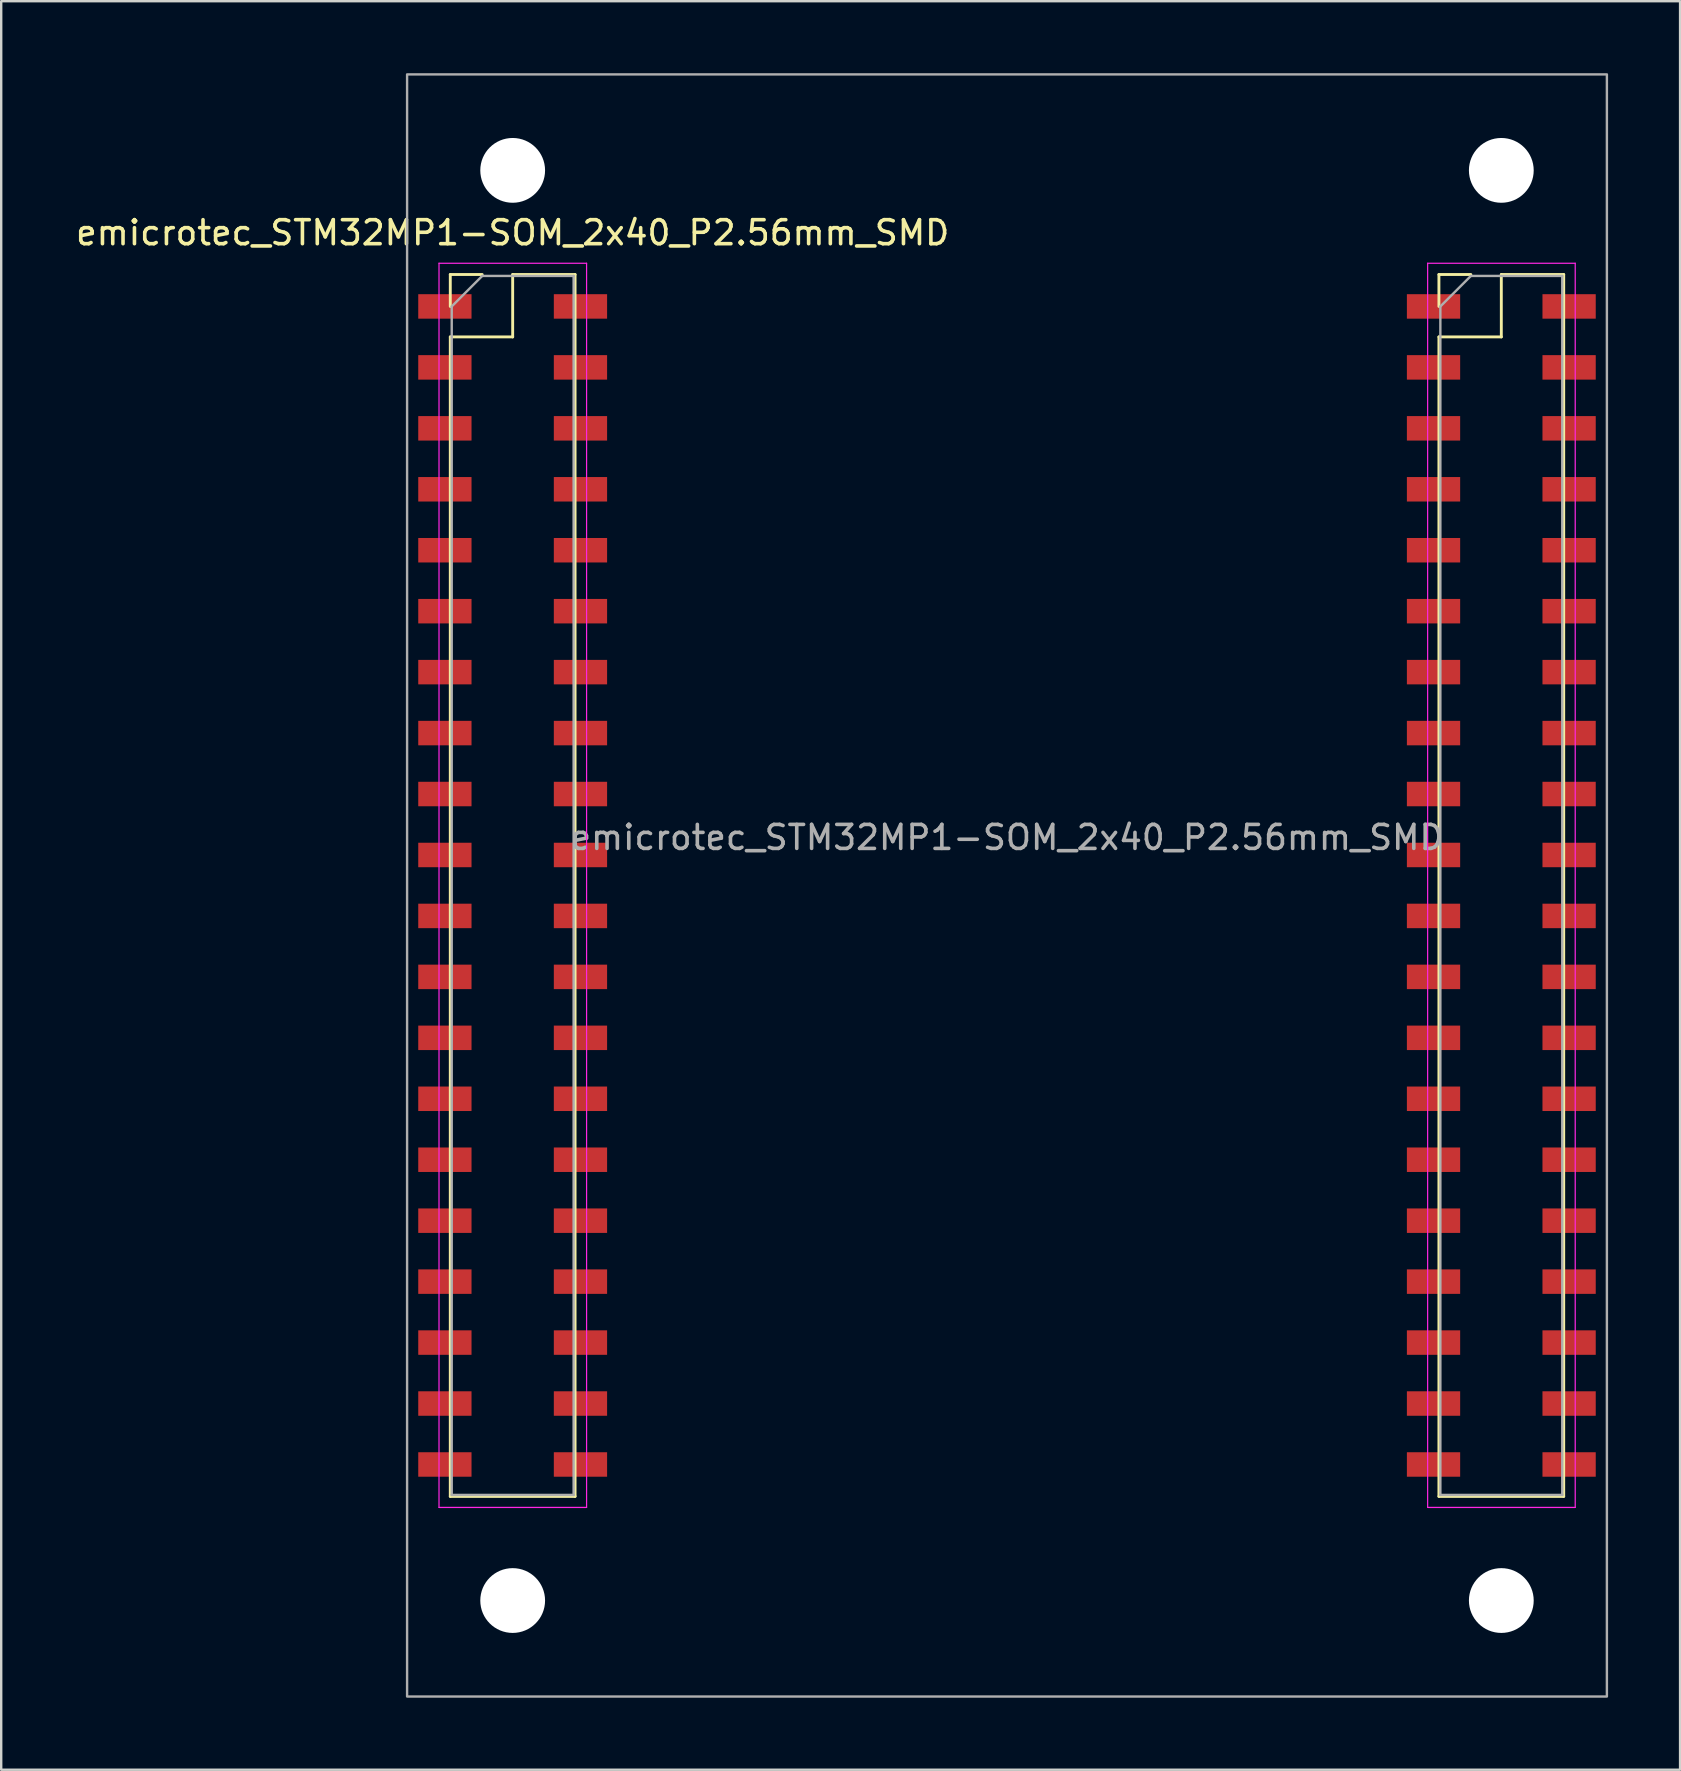
<source format=kicad_pcb>
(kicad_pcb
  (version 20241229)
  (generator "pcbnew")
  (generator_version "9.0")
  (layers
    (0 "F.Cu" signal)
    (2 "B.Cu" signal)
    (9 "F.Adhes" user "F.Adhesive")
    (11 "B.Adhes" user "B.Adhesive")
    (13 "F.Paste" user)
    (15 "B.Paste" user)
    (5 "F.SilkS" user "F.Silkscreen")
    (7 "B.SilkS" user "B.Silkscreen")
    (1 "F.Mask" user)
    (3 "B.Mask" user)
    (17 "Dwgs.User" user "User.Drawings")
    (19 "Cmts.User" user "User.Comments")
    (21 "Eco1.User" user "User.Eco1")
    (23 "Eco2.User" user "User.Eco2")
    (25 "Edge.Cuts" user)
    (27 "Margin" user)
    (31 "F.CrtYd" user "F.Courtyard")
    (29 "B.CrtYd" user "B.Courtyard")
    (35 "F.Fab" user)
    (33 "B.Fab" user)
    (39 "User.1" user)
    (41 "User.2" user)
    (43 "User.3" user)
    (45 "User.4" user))
  (footprint "emicrotec_STM32MP1-SOM_2x40_P2.56mm_SMD"
    (layer "F.Cu")
    (at 38.915 33.85)
    (property "Reference" "emicrotec_STM32MP1-SOM_2x40_P2.56mm_SMD" (at -20.6 -27.2 0) (layer "F.SilkS") (effects (font (size 1 1) (thickness 0.15))))
    (attr smd)
    (fp_line (start -23.2 -25.46) (end -21.87 -25.46) (stroke (width 0.12) (type solid)) (layer "F.SilkS"))
    (fp_line (start -23.2 -24.13) (end -23.2 -25.46) (stroke (width 0.12) (type solid)) (layer "F.SilkS"))
    (fp_line (start -23.2 -22.86) (end -23.2 25.46) (stroke (width 0.12) (type solid)) (layer "F.SilkS"))
    (fp_line (start -23.2 -22.86) (end -20.6 -22.86) (stroke (width 0.12) (type solid)) (layer "F.SilkS"))
    (fp_line (start -23.2 25.46) (end -18 25.46) (stroke (width 0.12) (type solid)) (layer "F.SilkS"))
    (fp_line (start -20.6 -25.46) (end -18 -25.46) (stroke (width 0.12) (type solid)) (layer "F.SilkS"))
    (fp_line (start -20.6 -22.86) (end -20.6 -25.46) (stroke (width 0.12) (type solid)) (layer "F.SilkS"))
    (fp_line (start -18 -25.46) (end -18 25.46) (stroke (width 0.12) (type solid)) (layer "F.SilkS"))
    (fp_line (start 18 -25.46) (end 19.33 -25.46) (stroke (width 0.12) (type solid)) (layer "F.SilkS"))
    (fp_line (start 18 -24.13) (end 18 -25.46) (stroke (width 0.12) (type solid)) (layer "F.SilkS"))
    (fp_line (start 18 -22.86) (end 18 25.46) (stroke (width 0.12) (type solid)) (layer "F.SilkS"))
    (fp_line (start 18 -22.86) (end 20.6 -22.86) (stroke (width 0.12) (type solid)) (layer "F.SilkS"))
    (fp_line (start 18 25.46) (end 23.2 25.46) (stroke (width 0.12) (type solid)) (layer "F.SilkS"))
    (fp_line (start 20.6 -25.46) (end 23.2 -25.46) (stroke (width 0.12) (type solid)) (layer "F.SilkS"))
    (fp_line (start 20.6 -22.86) (end 20.6 -25.46) (stroke (width 0.12) (type solid)) (layer "F.SilkS"))
    (fp_line (start 23.2 -25.46) (end 23.2 25.46) (stroke (width 0.12) (type solid)) (layer "F.SilkS"))
    (fp_line (start -23.67 -25.93) (end -23.67 25.92) (stroke (width 0.05) (type solid)) (layer "F.CrtYd"))
    (fp_line (start -23.67 25.92) (end -17.52 25.92) (stroke (width 0.05) (type solid)) (layer "F.CrtYd"))
    (fp_line (start -17.52 -25.93) (end -23.67 -25.93) (stroke (width 0.05) (type solid)) (layer "F.CrtYd"))
    (fp_line (start -17.52 25.92) (end -17.52 -25.93) (stroke (width 0.05) (type solid)) (layer "F.CrtYd"))
    (fp_line (start 17.53 -25.93) (end 17.53 25.92) (stroke (width 0.05) (type solid)) (layer "F.CrtYd"))
    (fp_line (start 17.53 25.92) (end 23.68 25.92) (stroke (width 0.05) (type solid)) (layer "F.CrtYd"))
    (fp_line (start 23.68 -25.93) (end 17.53 -25.93) (stroke (width 0.05) (type solid)) (layer "F.CrtYd"))
    (fp_line (start 23.68 25.92) (end 23.68 -25.93) (stroke (width 0.05) (type solid)) (layer "F.CrtYd"))
    (fp_line (start -23.14 -24.13) (end -21.87 -25.4) (stroke (width 0.1) (type solid)) (layer "F.Fab"))
    (fp_line (start -23.14 25.4) (end -23.14 -24.13) (stroke (width 0.1) (type solid)) (layer "F.Fab"))
    (fp_line (start -21.87 -25.4) (end -18.06 -25.4) (stroke (width 0.1) (type solid)) (layer "F.Fab"))
    (fp_line (start -18.06 -25.4) (end -18.06 25.4) (stroke (width 0.1) (type solid)) (layer "F.Fab"))
    (fp_line (start -18.06 25.4) (end -23.14 25.4) (stroke (width 0.1) (type solid)) (layer "F.Fab"))
    (fp_line (start 18.06 -24.13) (end 19.33 -25.4) (stroke (width 0.1) (type solid)) (layer "F.Fab"))
    (fp_line (start 18.06 25.4) (end 18.06 -24.13) (stroke (width 0.1) (type solid)) (layer "F.Fab"))
    (fp_line (start 19.33 -25.4) (end 23.14 -25.4) (stroke (width 0.1) (type solid)) (layer "F.Fab"))
    (fp_line (start 23.14 -25.4) (end 23.14 25.4) (stroke (width 0.1) (type solid)) (layer "F.Fab"))
    (fp_line (start 23.14 25.4) (end 18.06 25.4) (stroke (width 0.1) (type solid)) (layer "F.Fab"))
    (fp_rect (start -25 -33.8) (end 25 33.8) (stroke (width 0.1) (type solid)) (fill no) (layer "F.Fab"))
    (fp_text user "${REFERENCE}" (at 0 -2 180) (layer "F.Fab") (effects (font (size 1 1) (thickness 0.15))))
    (pad "" np_thru_hole circle (at -20.6 -29.8) (size 2.7 2.7) (drill 2.7) (layers "*.Cu" "*.Mask"))
    (pad "" np_thru_hole circle (at -20.6 29.8) (size 2.7 2.7) (drill 2.7) (layers "*.Cu" "*.Mask"))
    (pad "" np_thru_hole circle (at 20.6 -29.8) (size 2.7 2.7) (drill 2.7) (layers "*.Cu" "*.Mask"))
    (pad "" np_thru_hole circle (at 20.6 29.8) (size 2.7 2.7) (drill 2.7) (layers "*.Cu" "*.Mask"))
    (pad "1" smd rect (at -23.425 -24.13) (size 2.22 1.02) (layers "F.Cu" "F.Mask" "F.Paste"))
    (pad "2" smd rect (at -17.775 -24.13) (size 2.22 1.02) (layers "F.Cu" "F.Mask" "F.Paste"))
    (pad "3" smd rect (at -23.425 -21.59) (size 2.22 1.02) (layers "F.Cu" "F.Mask" "F.Paste"))
    (pad "4" smd rect (at -17.775 -21.59) (size 2.22 1.02) (layers "F.Cu" "F.Mask" "F.Paste"))
    (pad "5" smd rect (at -23.425 -19.05) (size 2.22 1.02) (layers "F.Cu" "F.Mask" "F.Paste"))
    (pad "6" smd rect (at -17.775 -19.05) (size 2.22 1.02) (layers "F.Cu" "F.Mask" "F.Paste"))
    (pad "7" smd rect (at -23.425 -16.51) (size 2.22 1.02) (layers "F.Cu" "F.Mask" "F.Paste"))
    (pad "8" smd rect (at -17.775 -16.51) (size 2.22 1.02) (layers "F.Cu" "F.Mask" "F.Paste"))
    (pad "9" smd rect (at -23.425 -13.97) (size 2.22 1.02) (layers "F.Cu" "F.Mask" "F.Paste"))
    (pad "10" smd rect (at -17.775 -13.97) (size 2.22 1.02) (layers "F.Cu" "F.Mask" "F.Paste"))
    (pad "11" smd rect (at -23.425 -11.43) (size 2.22 1.02) (layers "F.Cu" "F.Mask" "F.Paste"))
    (pad "12" smd rect (at -17.775 -11.43) (size 2.22 1.02) (layers "F.Cu" "F.Mask" "F.Paste"))
    (pad "13" smd rect (at -23.425 -8.89) (size 2.22 1.02) (layers "F.Cu" "F.Mask" "F.Paste"))
    (pad "14" smd rect (at -17.775 -8.89) (size 2.22 1.02) (layers "F.Cu" "F.Mask" "F.Paste"))
    (pad "15" smd rect (at -23.425 -6.35) (size 2.22 1.02) (layers "F.Cu" "F.Mask" "F.Paste"))
    (pad "16" smd rect (at -17.775 -6.35) (size 2.22 1.02) (layers "F.Cu" "F.Mask" "F.Paste"))
    (pad "17" smd rect (at -23.425 -3.81) (size 2.22 1.02) (layers "F.Cu" "F.Mask" "F.Paste"))
    (pad "18" smd rect (at -17.775 -3.81) (size 2.22 1.02) (layers "F.Cu" "F.Mask" "F.Paste"))
    (pad "19" smd rect (at -23.425 -1.27) (size 2.22 1.02) (layers "F.Cu" "F.Mask" "F.Paste"))
    (pad "20" smd rect (at -17.775 -1.27) (size 2.22 1.02) (layers "F.Cu" "F.Mask" "F.Paste"))
    (pad "21" smd rect (at -23.425 1.27) (size 2.22 1.02) (layers "F.Cu" "F.Mask" "F.Paste"))
    (pad "22" smd rect (at -17.775 1.27) (size 2.22 1.02) (layers "F.Cu" "F.Mask" "F.Paste"))
    (pad "23" smd rect (at -23.425 3.81) (size 2.22 1.02) (layers "F.Cu" "F.Mask" "F.Paste"))
    (pad "24" smd rect (at -17.775 3.81) (size 2.22 1.02) (layers "F.Cu" "F.Mask" "F.Paste"))
    (pad "25" smd rect (at -23.425 6.35) (size 2.22 1.02) (layers "F.Cu" "F.Mask" "F.Paste"))
    (pad "26" smd rect (at -17.775 6.35) (size 2.22 1.02) (layers "F.Cu" "F.Mask" "F.Paste"))
    (pad "27" smd rect (at -23.425 8.89) (size 2.22 1.02) (layers "F.Cu" "F.Mask" "F.Paste"))
    (pad "28" smd rect (at -17.775 8.89) (size 2.22 1.02) (layers "F.Cu" "F.Mask" "F.Paste"))
    (pad "29" smd rect (at -23.425 11.43) (size 2.22 1.02) (layers "F.Cu" "F.Mask" "F.Paste"))
    (pad "30" smd rect (at -17.775 11.43) (size 2.22 1.02) (layers "F.Cu" "F.Mask" "F.Paste"))
    (pad "31" smd rect (at -23.425 13.97) (size 2.22 1.02) (layers "F.Cu" "F.Mask" "F.Paste"))
    (pad "32" smd rect (at -17.775 13.97) (size 2.22 1.02) (layers "F.Cu" "F.Mask" "F.Paste"))
    (pad "33" smd rect (at -23.425 16.51) (size 2.22 1.02) (layers "F.Cu" "F.Mask" "F.Paste"))
    (pad "34" smd rect (at -17.775 16.51) (size 2.22 1.02) (layers "F.Cu" "F.Mask" "F.Paste"))
    (pad "35" smd rect (at -23.425 19.05) (size 2.22 1.02) (layers "F.Cu" "F.Mask" "F.Paste"))
    (pad "36" smd rect (at -17.775 19.05) (size 2.22 1.02) (layers "F.Cu" "F.Mask" "F.Paste"))
    (pad "37" smd rect (at -23.425 21.59) (size 2.22 1.02) (layers "F.Cu" "F.Mask" "F.Paste"))
    (pad "38" smd rect (at -17.775 21.59) (size 2.22 1.02) (layers "F.Cu" "F.Mask" "F.Paste"))
    (pad "39" smd rect (at -23.425 24.13) (size 2.22 1.02) (layers "F.Cu" "F.Mask" "F.Paste"))
    (pad "40" smd rect (at -17.775 24.13) (size 2.22 1.02) (layers "F.Cu" "F.Mask" "F.Paste"))
    (pad "41" smd rect (at 17.775 -24.13) (size 2.22 1.02) (layers "F.Cu" "F.Mask" "F.Paste"))
    (pad "42" smd rect (at 23.425 -24.13) (size 2.22 1.02) (layers "F.Cu" "F.Mask" "F.Paste"))
    (pad "43" smd rect (at 17.775 -21.59) (size 2.22 1.02) (layers "F.Cu" "F.Mask" "F.Paste"))
    (pad "44" smd rect (at 23.425 -21.59) (size 2.22 1.02) (layers "F.Cu" "F.Mask" "F.Paste"))
    (pad "45" smd rect (at 17.775 -19.05) (size 2.22 1.02) (layers "F.Cu" "F.Mask" "F.Paste"))
    (pad "46" smd rect (at 23.425 -19.05) (size 2.22 1.02) (layers "F.Cu" "F.Mask" "F.Paste"))
    (pad "47" smd rect (at 17.775 -16.51) (size 2.22 1.02) (layers "F.Cu" "F.Mask" "F.Paste"))
    (pad "48" smd rect (at 23.425 -16.51) (size 2.22 1.02) (layers "F.Cu" "F.Mask" "F.Paste"))
    (pad "49" smd rect (at 17.775 -13.97) (size 2.22 1.02) (layers "F.Cu" "F.Mask" "F.Paste"))
    (pad "50" smd rect (at 23.425 -13.97) (size 2.22 1.02) (layers "F.Cu" "F.Mask" "F.Paste"))
    (pad "51" smd rect (at 17.775 -11.43) (size 2.22 1.02) (layers "F.Cu" "F.Mask" "F.Paste"))
    (pad "52" smd rect (at 23.425 -11.43) (size 2.22 1.02) (layers "F.Cu" "F.Mask" "F.Paste"))
    (pad "53" smd rect (at 17.775 -8.89) (size 2.22 1.02) (layers "F.Cu" "F.Mask" "F.Paste"))
    (pad "54" smd rect (at 23.425 -8.89) (size 2.22 1.02) (layers "F.Cu" "F.Mask" "F.Paste"))
    (pad "55" smd rect (at 17.775 -6.35) (size 2.22 1.02) (layers "F.Cu" "F.Mask" "F.Paste"))
    (pad "56" smd rect (at 23.425 -6.35) (size 2.22 1.02) (layers "F.Cu" "F.Mask" "F.Paste"))
    (pad "57" smd rect (at 17.775 -3.81) (size 2.22 1.02) (layers "F.Cu" "F.Mask" "F.Paste"))
    (pad "58" smd rect (at 23.425 -3.81) (size 2.22 1.02) (layers "F.Cu" "F.Mask" "F.Paste"))
    (pad "59" smd rect (at 17.775 -1.27) (size 2.22 1.02) (layers "F.Cu" "F.Mask" "F.Paste"))
    (pad "60" smd rect (at 23.425 -1.27) (size 2.22 1.02) (layers "F.Cu" "F.Mask" "F.Paste"))
    (pad "61" smd rect (at 17.775 1.27) (size 2.22 1.02) (layers "F.Cu" "F.Mask" "F.Paste"))
    (pad "62" smd rect (at 23.425 1.27) (size 2.22 1.02) (layers "F.Cu" "F.Mask" "F.Paste"))
    (pad "63" smd rect (at 17.775 3.81) (size 2.22 1.02) (layers "F.Cu" "F.Mask" "F.Paste"))
    (pad "64" smd rect (at 23.425 3.81) (size 2.22 1.02) (layers "F.Cu" "F.Mask" "F.Paste"))
    (pad "65" smd rect (at 17.775 6.35) (size 2.22 1.02) (layers "F.Cu" "F.Mask" "F.Paste"))
    (pad "66" smd rect (at 23.425 6.35) (size 2.22 1.02) (layers "F.Cu" "F.Mask" "F.Paste"))
    (pad "67" smd rect (at 17.775 8.89) (size 2.22 1.02) (layers "F.Cu" "F.Mask" "F.Paste"))
    (pad "68" smd rect (at 23.425 8.89) (size 2.22 1.02) (layers "F.Cu" "F.Mask" "F.Paste"))
    (pad "69" smd rect (at 17.775 11.43) (size 2.22 1.02) (layers "F.Cu" "F.Mask" "F.Paste"))
    (pad "70" smd rect (at 23.425 11.43) (size 2.22 1.02) (layers "F.Cu" "F.Mask" "F.Paste"))
    (pad "71" smd rect (at 17.775 13.97) (size 2.22 1.02) (layers "F.Cu" "F.Mask" "F.Paste"))
    (pad "72" smd rect (at 23.425 13.97) (size 2.22 1.02) (layers "F.Cu" "F.Mask" "F.Paste"))
    (pad "73" smd rect (at 17.775 16.51) (size 2.22 1.02) (layers "F.Cu" "F.Mask" "F.Paste"))
    (pad "74" smd rect (at 23.425 16.51) (size 2.22 1.02) (layers "F.Cu" "F.Mask" "F.Paste"))
    (pad "75" smd rect (at 17.775 19.05) (size 2.22 1.02) (layers "F.Cu" "F.Mask" "F.Paste"))
    (pad "76" smd rect (at 23.425 19.05) (size 2.22 1.02) (layers "F.Cu" "F.Mask" "F.Paste"))
    (pad "77" smd rect (at 17.775 21.59) (size 2.22 1.02) (layers "F.Cu" "F.Mask" "F.Paste"))
    (pad "78" smd rect (at 23.425 21.59) (size 2.22 1.02) (layers "F.Cu" "F.Mask" "F.Paste"))
    (pad "79" smd rect (at 17.775 24.13) (size 2.22 1.02) (layers "F.Cu" "F.Mask" "F.Paste"))
    (pad "80" smd rect (at 23.425 24.13) (size 2.22 1.02) (layers "F.Cu" "F.Mask" "F.Paste")))
  (gr_rect
    (start -3 -3)
    (end 66.965 70.7)
    (stroke (width 0.1) (type default))
    (fill no)
    (layer "Edge.Cuts")))
</source>
